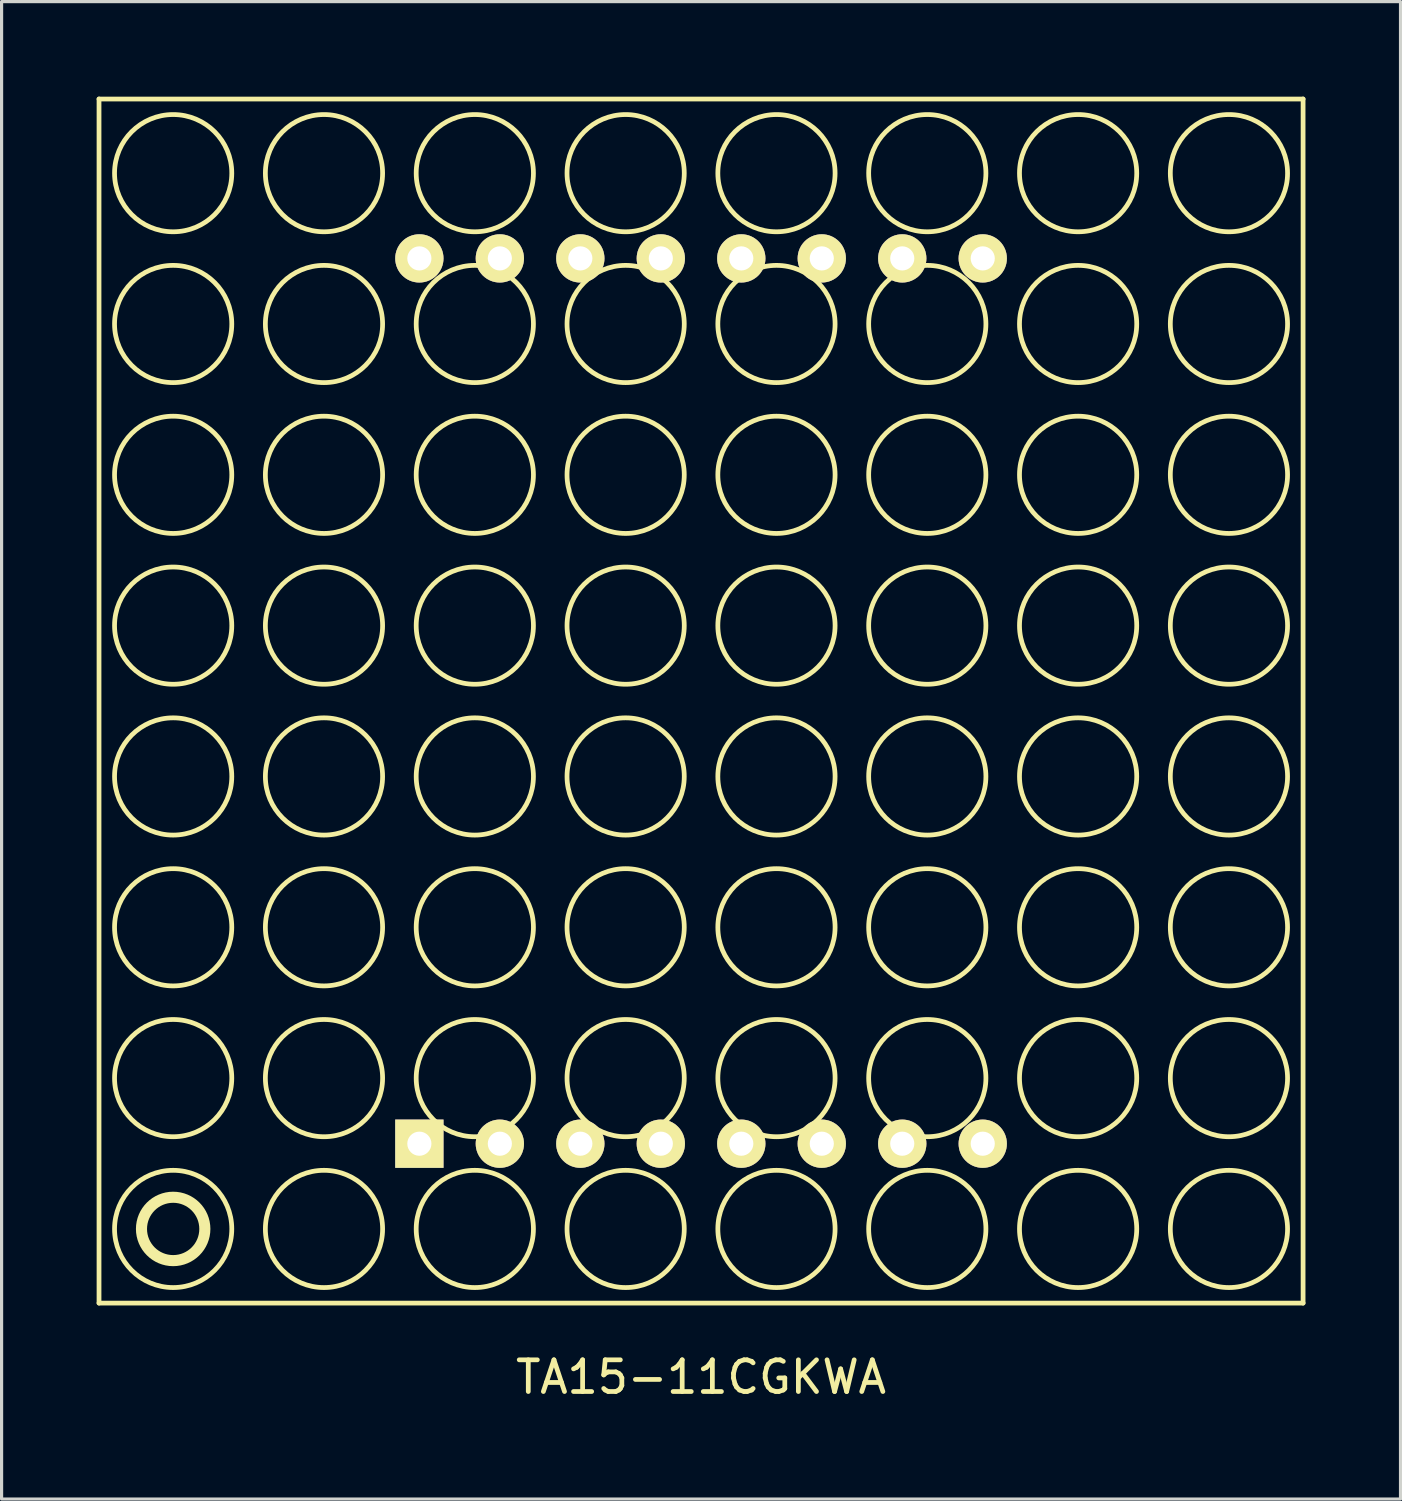
<source format=kicad_pcb>
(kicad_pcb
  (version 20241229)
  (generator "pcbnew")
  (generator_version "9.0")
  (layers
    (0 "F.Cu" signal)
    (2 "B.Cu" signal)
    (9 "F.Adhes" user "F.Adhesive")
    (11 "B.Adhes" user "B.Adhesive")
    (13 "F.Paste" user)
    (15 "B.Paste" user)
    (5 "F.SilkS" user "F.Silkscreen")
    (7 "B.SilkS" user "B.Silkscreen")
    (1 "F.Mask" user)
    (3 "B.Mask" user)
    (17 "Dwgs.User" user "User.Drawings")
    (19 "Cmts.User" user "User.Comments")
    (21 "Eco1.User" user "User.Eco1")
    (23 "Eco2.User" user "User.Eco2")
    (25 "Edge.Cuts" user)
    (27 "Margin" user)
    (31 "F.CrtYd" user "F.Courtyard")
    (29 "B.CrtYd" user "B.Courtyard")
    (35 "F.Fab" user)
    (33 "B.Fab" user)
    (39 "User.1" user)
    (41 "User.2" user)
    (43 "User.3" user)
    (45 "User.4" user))
  (footprint "TA15-11CGKWA"
    (layer "F.Cu")
    (at 19.075 19.075)
    (property "Reference" "TA15-11CGKWA" (at 0 21.336 0) (layer "F.SilkS") (effects (font (size 1 1) (thickness 0.15))))
    (attr through_hole)
    (fp_line (start -19 -19) (end -19 19) (stroke (width 0.15) (type solid)) (layer "F.SilkS"))
    (fp_line (start -19 -19) (end 19 -19) (stroke (width 0.15) (type solid)) (layer "F.SilkS"))
    (fp_line (start -19 19) (end 19 19) (stroke (width 0.15) (type solid)) (layer "F.SilkS"))
    (fp_line (start 19 -19) (end 19 19) (stroke (width 0.15) (type solid)) (layer "F.SilkS"))
    (fp_circle (center -16.66 -16.66) (end -16.66 -14.81) (stroke (width 0.15) (type solid)) (fill no) (layer "F.SilkS"))
    (fp_circle (center -16.66 -11.9) (end -16.66 -10.05) (stroke (width 0.15) (type solid)) (fill no) (layer "F.SilkS"))
    (fp_circle (center -16.66 -7.14) (end -16.66 -5.29) (stroke (width 0.15) (type solid)) (fill no) (layer "F.SilkS"))
    (fp_circle (center -16.66 -2.38) (end -16.66 -0.53) (stroke (width 0.15) (type solid)) (fill no) (layer "F.SilkS"))
    (fp_circle (center -16.66 2.38) (end -16.66 0.53) (stroke (width 0.15) (type solid)) (fill no) (layer "F.SilkS"))
    (fp_circle (center -16.66 7.14) (end -16.66 5.29) (stroke (width 0.15) (type solid)) (fill no) (layer "F.SilkS"))
    (fp_circle (center -16.66 11.9) (end -16.66 10.05) (stroke (width 0.15) (type solid)) (fill no) (layer "F.SilkS"))
    (fp_circle (center -16.66 16.66) (end -16.66 14.81) (stroke (width 0.15) (type solid)) (fill no) (layer "F.SilkS"))
    (fp_circle (center -16.66 16.66) (end -16.66 15.66) (stroke (width 0.35) (type solid)) (fill no) (layer "F.SilkS"))
    (fp_circle (center -11.9 -16.66) (end -11.9 -14.81) (stroke (width 0.15) (type solid)) (fill no) (layer "F.SilkS"))
    (fp_circle (center -11.9 -11.9) (end -11.9 -10.05) (stroke (width 0.15) (type solid)) (fill no) (layer "F.SilkS"))
    (fp_circle (center -11.9 -7.14) (end -11.9 -5.29) (stroke (width 0.15) (type solid)) (fill no) (layer "F.SilkS"))
    (fp_circle (center -11.9 -2.38) (end -11.9 -0.53) (stroke (width 0.15) (type solid)) (fill no) (layer "F.SilkS"))
    (fp_circle (center -11.9 2.38) (end -11.9 0.53) (stroke (width 0.15) (type solid)) (fill no) (layer "F.SilkS"))
    (fp_circle (center -11.9 7.14) (end -11.9 5.29) (stroke (width 0.15) (type solid)) (fill no) (layer "F.SilkS"))
    (fp_circle (center -11.9 11.9) (end -11.9 10.05) (stroke (width 0.15) (type solid)) (fill no) (layer "F.SilkS"))
    (fp_circle (center -11.9 16.66) (end -11.9 14.81) (stroke (width 0.15) (type solid)) (fill no) (layer "F.SilkS"))
    (fp_circle (center -7.14 -16.66) (end -7.14 -14.81) (stroke (width 0.15) (type solid)) (fill no) (layer "F.SilkS"))
    (fp_circle (center -7.14 -11.9) (end -7.14 -10.05) (stroke (width 0.15) (type solid)) (fill no) (layer "F.SilkS"))
    (fp_circle (center -7.14 -7.14) (end -7.14 -5.29) (stroke (width 0.15) (type solid)) (fill no) (layer "F.SilkS"))
    (fp_circle (center -7.14 -2.38) (end -7.14 -0.53) (stroke (width 0.15) (type solid)) (fill no) (layer "F.SilkS"))
    (fp_circle (center -7.14 2.38) (end -7.14 0.53) (stroke (width 0.15) (type solid)) (fill no) (layer "F.SilkS"))
    (fp_circle (center -7.14 7.14) (end -7.14 5.29) (stroke (width 0.15) (type solid)) (fill no) (layer "F.SilkS"))
    (fp_circle (center -7.14 11.9) (end -7.14 10.05) (stroke (width 0.15) (type solid)) (fill no) (layer "F.SilkS"))
    (fp_circle (center -7.14 16.66) (end -7.14 14.81) (stroke (width 0.15) (type solid)) (fill no) (layer "F.SilkS"))
    (fp_circle (center -2.38 -16.66) (end -2.38 -14.81) (stroke (width 0.15) (type solid)) (fill no) (layer "F.SilkS"))
    (fp_circle (center -2.38 -11.9) (end -2.38 -10.05) (stroke (width 0.15) (type solid)) (fill no) (layer "F.SilkS"))
    (fp_circle (center -2.38 -7.14) (end -2.38 -5.29) (stroke (width 0.15) (type solid)) (fill no) (layer "F.SilkS"))
    (fp_circle (center -2.38 -2.38) (end -2.38 -0.53) (stroke (width 0.15) (type solid)) (fill no) (layer "F.SilkS"))
    (fp_circle (center -2.38 2.38) (end -2.38 0.53) (stroke (width 0.15) (type solid)) (fill no) (layer "F.SilkS"))
    (fp_circle (center -2.38 7.14) (end -2.38 5.29) (stroke (width 0.15) (type solid)) (fill no) (layer "F.SilkS"))
    (fp_circle (center -2.38 11.9) (end -2.38 10.05) (stroke (width 0.15) (type solid)) (fill no) (layer "F.SilkS"))
    (fp_circle (center -2.38 16.66) (end -2.38 14.81) (stroke (width 0.15) (type solid)) (fill no) (layer "F.SilkS"))
    (fp_circle (center 2.38 -16.66) (end 2.38 -14.81) (stroke (width 0.15) (type solid)) (fill no) (layer "F.SilkS"))
    (fp_circle (center 2.38 -11.9) (end 2.38 -10.05) (stroke (width 0.15) (type solid)) (fill no) (layer "F.SilkS"))
    (fp_circle (center 2.38 -7.14) (end 2.38 -5.29) (stroke (width 0.15) (type solid)) (fill no) (layer "F.SilkS"))
    (fp_circle (center 2.38 -2.38) (end 2.38 -0.53) (stroke (width 0.15) (type solid)) (fill no) (layer "F.SilkS"))
    (fp_circle (center 2.38 2.38) (end 2.38 0.53) (stroke (width 0.15) (type solid)) (fill no) (layer "F.SilkS"))
    (fp_circle (center 2.38 7.14) (end 2.38 5.29) (stroke (width 0.15) (type solid)) (fill no) (layer "F.SilkS"))
    (fp_circle (center 2.38 11.9) (end 2.38 10.05) (stroke (width 0.15) (type solid)) (fill no) (layer "F.SilkS"))
    (fp_circle (center 2.38 16.66) (end 2.38 14.81) (stroke (width 0.15) (type solid)) (fill no) (layer "F.SilkS"))
    (fp_circle (center 7.14 -16.66) (end 7.14 -14.81) (stroke (width 0.15) (type solid)) (fill no) (layer "F.SilkS"))
    (fp_circle (center 7.14 -11.9) (end 7.14 -10.05) (stroke (width 0.15) (type solid)) (fill no) (layer "F.SilkS"))
    (fp_circle (center 7.14 -7.14) (end 7.14 -5.29) (stroke (width 0.15) (type solid)) (fill no) (layer "F.SilkS"))
    (fp_circle (center 7.14 -2.38) (end 7.14 -0.53) (stroke (width 0.15) (type solid)) (fill no) (layer "F.SilkS"))
    (fp_circle (center 7.14 2.38) (end 7.14 0.53) (stroke (width 0.15) (type solid)) (fill no) (layer "F.SilkS"))
    (fp_circle (center 7.14 7.14) (end 7.14 5.29) (stroke (width 0.15) (type solid)) (fill no) (layer "F.SilkS"))
    (fp_circle (center 7.14 11.9) (end 7.14 10.05) (stroke (width 0.15) (type solid)) (fill no) (layer "F.SilkS"))
    (fp_circle (center 7.14 16.66) (end 7.14 14.81) (stroke (width 0.15) (type solid)) (fill no) (layer "F.SilkS"))
    (fp_circle (center 11.9 -16.66) (end 11.9 -14.81) (stroke (width 0.15) (type solid)) (fill no) (layer "F.SilkS"))
    (fp_circle (center 11.9 -11.9) (end 11.9 -10.05) (stroke (width 0.15) (type solid)) (fill no) (layer "F.SilkS"))
    (fp_circle (center 11.9 -7.14) (end 11.9 -5.29) (stroke (width 0.15) (type solid)) (fill no) (layer "F.SilkS"))
    (fp_circle (center 11.9 -2.38) (end 11.9 -0.53) (stroke (width 0.15) (type solid)) (fill no) (layer "F.SilkS"))
    (fp_circle (center 11.9 2.38) (end 11.9 0.53) (stroke (width 0.15) (type solid)) (fill no) (layer "F.SilkS"))
    (fp_circle (center 11.9 7.14) (end 11.9 5.29) (stroke (width 0.15) (type solid)) (fill no) (layer "F.SilkS"))
    (fp_circle (center 11.9 11.9) (end 11.9 10.05) (stroke (width 0.15) (type solid)) (fill no) (layer "F.SilkS"))
    (fp_circle (center 11.9 16.66) (end 11.9 14.81) (stroke (width 0.15) (type solid)) (fill no) (layer "F.SilkS"))
    (fp_circle (center 16.66 -16.66) (end 16.66 -14.81) (stroke (width 0.15) (type solid)) (fill no) (layer "F.SilkS"))
    (fp_circle (center 16.66 -11.9) (end 16.66 -10.05) (stroke (width 0.15) (type solid)) (fill no) (layer "F.SilkS"))
    (fp_circle (center 16.66 -7.14) (end 16.66 -5.29) (stroke (width 0.15) (type solid)) (fill no) (layer "F.SilkS"))
    (fp_circle (center 16.66 -2.38) (end 16.66 -0.53) (stroke (width 0.15) (type solid)) (fill no) (layer "F.SilkS"))
    (fp_circle (center 16.66 2.38) (end 16.66 0.53) (stroke (width 0.15) (type solid)) (fill no) (layer "F.SilkS"))
    (fp_circle (center 16.66 7.14) (end 16.66 5.29) (stroke (width 0.15) (type solid)) (fill no) (layer "F.SilkS"))
    (fp_circle (center 16.66 11.9) (end 16.66 10.05) (stroke (width 0.15) (type solid)) (fill no) (layer "F.SilkS"))
    (fp_circle (center 16.66 16.66) (end 16.66 14.81) (stroke (width 0.15) (type solid)) (fill no) (layer "F.SilkS"))
    (pad "1" thru_hole rect (at -8.89 13.97) (size 1.524 1.524) (drill 0.762) (layers "*.Cu" "*.Mask" "F.SilkS"))
    (pad "2" thru_hole circle (at -6.35 13.97) (size 1.524 1.524) (drill 0.762) (layers "*.Cu" "*.Mask" "F.SilkS"))
    (pad "3" thru_hole circle (at -3.81 13.97) (size 1.524 1.524) (drill 0.762) (layers "*.Cu" "*.Mask" "F.SilkS"))
    (pad "4" thru_hole circle (at -1.27 13.97) (size 1.524 1.524) (drill 0.762) (layers "*.Cu" "*.Mask" "F.SilkS"))
    (pad "5" thru_hole circle (at 1.27 13.97) (size 1.524 1.524) (drill 0.762) (layers "*.Cu" "*.Mask" "F.SilkS"))
    (pad "6" thru_hole circle (at 3.81 13.97) (size 1.524 1.524) (drill 0.762) (layers "*.Cu" "*.Mask" "F.SilkS"))
    (pad "7" thru_hole circle (at 6.35 13.97) (size 1.524 1.524) (drill 0.762) (layers "*.Cu" "*.Mask" "F.SilkS"))
    (pad "8" thru_hole circle (at 8.89 13.97) (size 1.524 1.524) (drill 0.762) (layers "*.Cu" "*.Mask" "F.SilkS"))
    (pad "9" thru_hole circle (at 8.89 -13.97) (size 1.524 1.524) (drill 0.762) (layers "*.Cu" "*.Mask" "F.SilkS"))
    (pad "10" thru_hole circle (at 6.35 -13.97) (size 1.524 1.524) (drill 0.762) (layers "*.Cu" "*.Mask" "F.SilkS"))
    (pad "11" thru_hole circle (at 3.81 -13.97) (size 1.524 1.524) (drill 0.762) (layers "*.Cu" "*.Mask" "F.SilkS"))
    (pad "12" thru_hole circle (at 1.27 -13.97) (size 1.524 1.524) (drill 0.762) (layers "*.Cu" "*.Mask" "F.SilkS"))
    (pad "13" thru_hole circle (at -1.27 -13.97) (size 1.524 1.524) (drill 0.762) (layers "*.Cu" "*.Mask" "F.SilkS"))
    (pad "14" thru_hole circle (at -3.81 -13.97) (size 1.524 1.524) (drill 0.762) (layers "*.Cu" "*.Mask" "F.SilkS"))
    (pad "15" thru_hole circle (at -6.35 -13.97) (size 1.524 1.524) (drill 0.762) (layers "*.Cu" "*.Mask" "F.SilkS"))
    (pad "16" thru_hole circle (at -8.89 -13.97) (size 1.524 1.524) (drill 0.762) (layers "*.Cu" "*.Mask" "F.SilkS")))
  (gr_rect
    (start -3 -3)
    (end 41.15 44.259)
    (stroke (width 0.1) (type default))
    (fill no)
    (layer "Edge.Cuts")))
</source>
